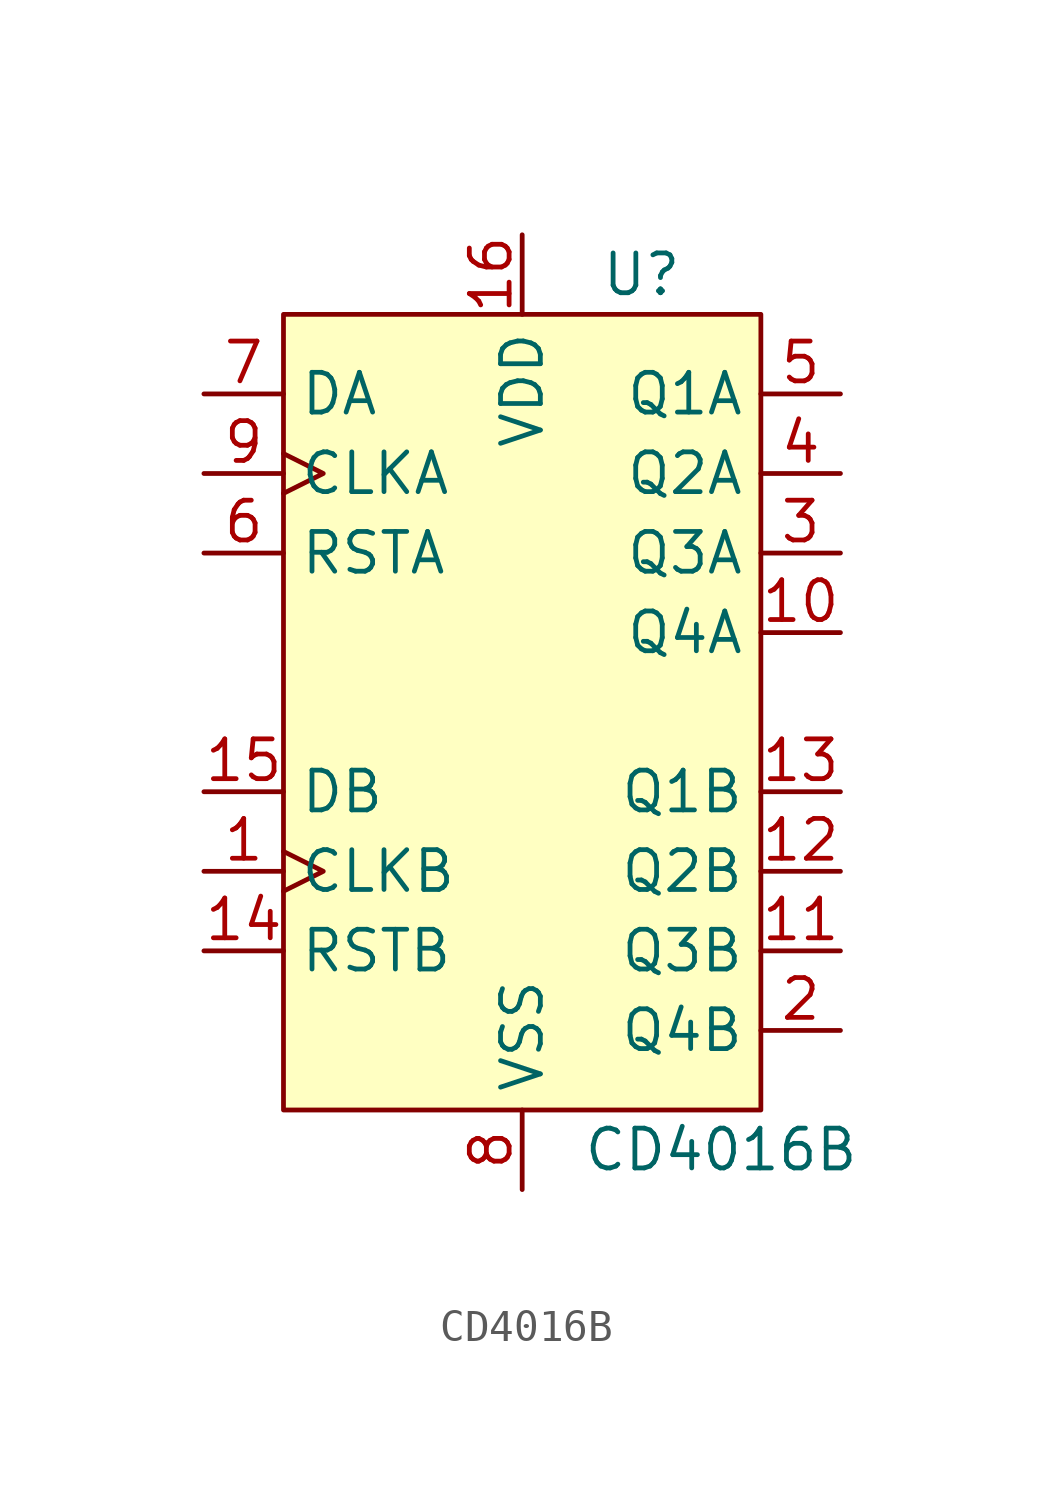
<source format=kicad_sym>
(kicad_symbol_lib
  (version 20211014)
  (generator kicad_symbol_editor)
  (symbol "CD4016B"
    (property "Reference" "U"
      (at 3.81 13.97 0)
      (effects (font (size 1.27 1.27))))
    (property "Value" "CD4016B"
      (at 6.35 -13.97 0)
      (effects (font (size 1.27 1.27))))
    (symbol "CD4016B_0_1"
      (rectangle (start -7.62 12.7) (end 7.62 -12.7) (stroke (width 0.152) (type default) (color 0 0 0 0)) (fill (type background))))
    (symbol "CD4016B_1_1"
      (pin input clock (at -10.16 -5.08 0) (length 2.54) (name "CLKB" (effects (font (size 1.27 1.27)))) (number "1" (effects (font (size 1.27 1.27)))))
      (pin output line (at 10.16 2.54 180) (length 2.54) (name "Q4A" (effects (font (size 1.27 1.27)))) (number "10" (effects (font (size 1.27 1.27)))))
      (pin output line (at 10.16 -7.62 180) (length 2.54) (name "Q3B" (effects (font (size 1.27 1.27)))) (number "11" (effects (font (size 1.27 1.27)))))
      (pin output line (at 10.16 -5.08 180) (length 2.54) (name "Q2B" (effects (font (size 1.27 1.27)))) (number "12" (effects (font (size 1.27 1.27)))))
      (pin output line (at 10.16 -2.54 180) (length 2.54) (name "Q1B" (effects (font (size 1.27 1.27)))) (number "13" (effects (font (size 1.27 1.27)))))
      (pin input line (at -10.16 -7.62 0) (length 2.54) (name "RSTB" (effects (font (size 1.27 1.27)))) (number "14" (effects (font (size 1.27 1.27)))))
      (pin input line (at -10.16 -2.54 0) (length 2.54) (name "DB" (effects (font (size 1.27 1.27)))) (number "15" (effects (font (size 1.27 1.27)))))
      (pin power_in line (at 0 15.24 270) (length 2.54) (name "VDD" (effects (font (size 1.27 1.27)))) (number "16" (effects (font (size 1.27 1.27)))))
      (pin output line (at 10.16 -10.16 180) (length 2.54) (name "Q4B" (effects (font (size 1.27 1.27)))) (number "2" (effects (font (size 1.27 1.27)))))
      (pin output line (at 10.16 5.08 180) (length 2.54) (name "Q3A" (effects (font (size 1.27 1.27)))) (number "3" (effects (font (size 1.27 1.27)))))
      (pin output line (at 10.16 7.62 180) (length 2.54) (name "Q2A" (effects (font (size 1.27 1.27)))) (number "4" (effects (font (size 1.27 1.27)))))
      (pin output line (at 10.16 10.16 180) (length 2.54) (name "Q1A" (effects (font (size 1.27 1.27)))) (number "5" (effects (font (size 1.27 1.27)))))
      (pin input line (at -10.16 5.08 0) (length 2.54) (name "RSTA" (effects (font (size 1.27 1.27)))) (number "6" (effects (font (size 1.27 1.27)))))
      (pin input line (at -10.16 10.16 0) (length 2.54) (name "DA" (effects (font (size 1.27 1.27)))) (number "7" (effects (font (size 1.27 1.27)))))
      (pin power_in line (at 0 -15.24 90) (length 2.54) (name "VSS" (effects (font (size 1.27 1.27)))) (number "8" (effects (font (size 1.27 1.27)))))
      (pin input clock (at -10.16 7.62 0) (length 2.54) (name "CLKA" (effects (font (size 1.27 1.27)))) (number "9" (effects (font (size 1.27 1.27))))))))
</source>
